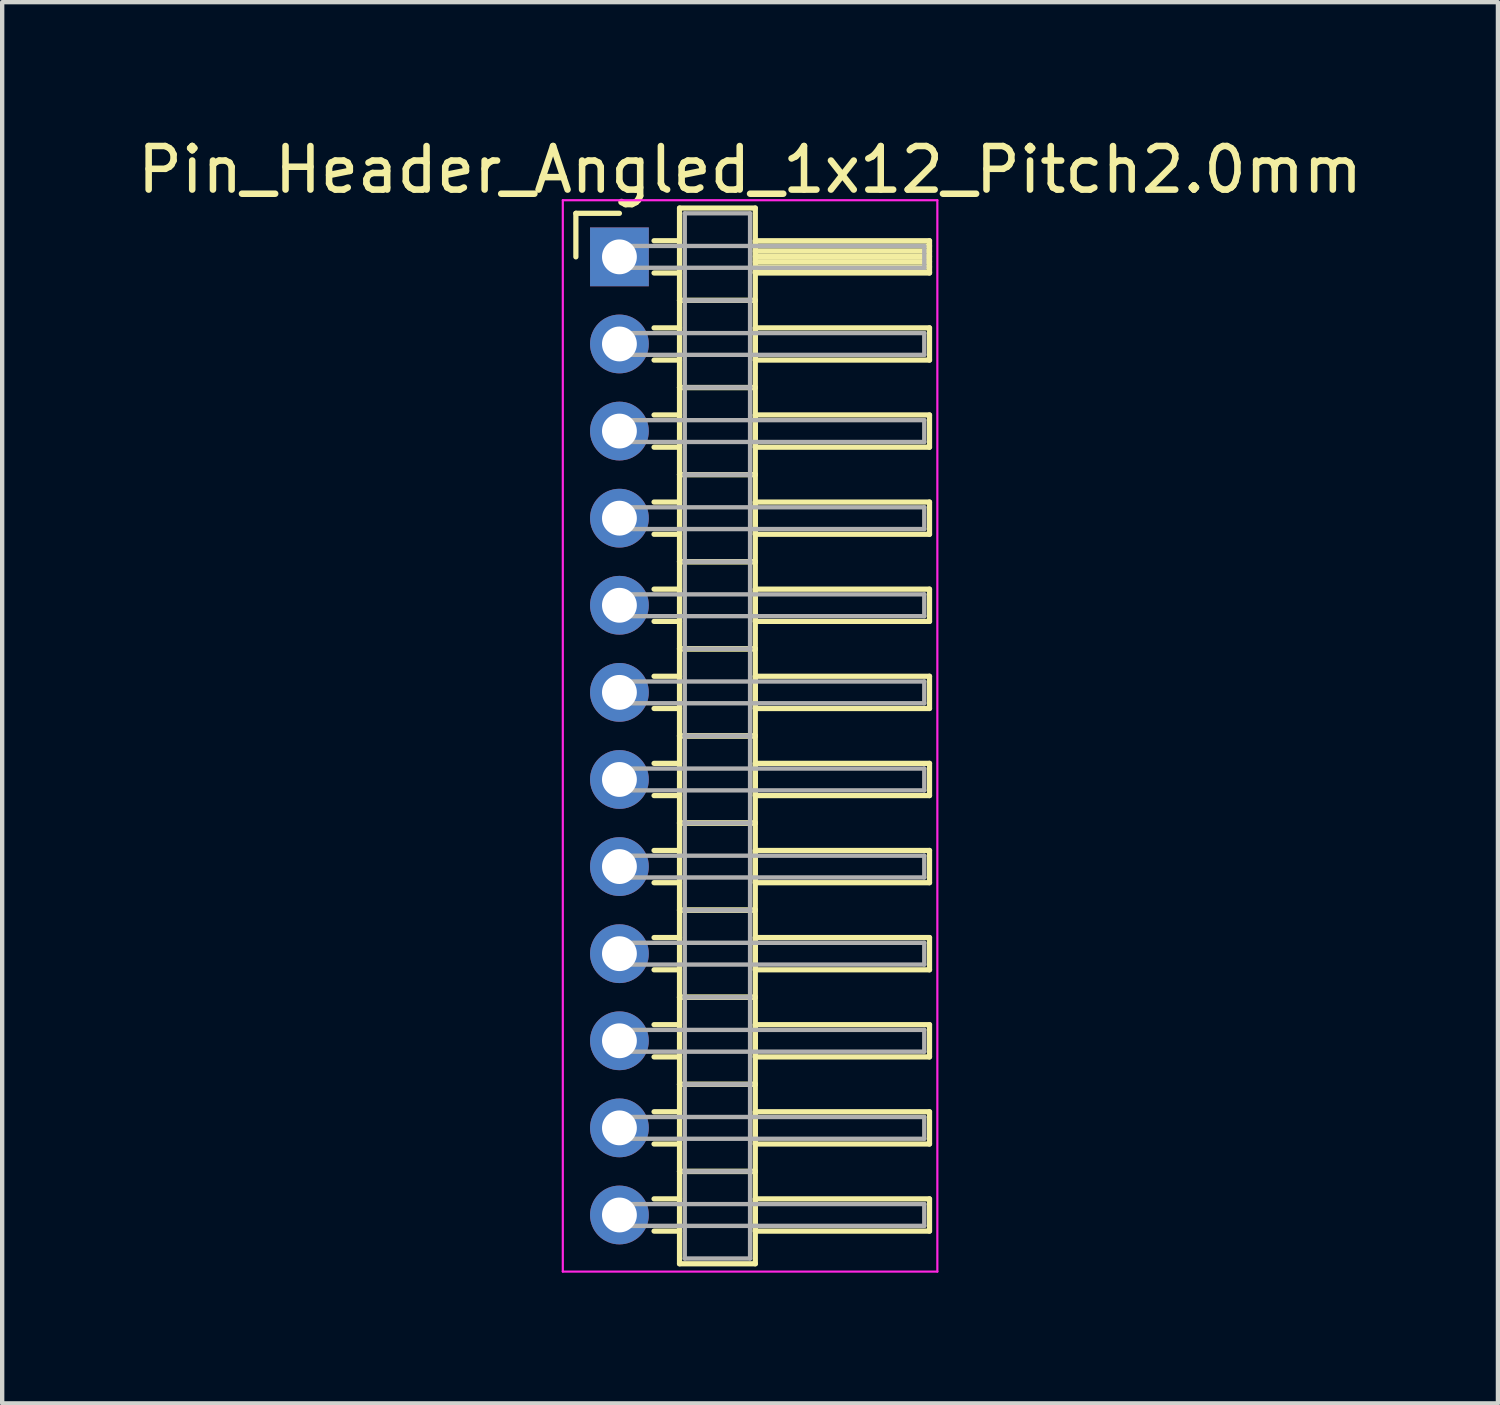
<source format=kicad_pcb>
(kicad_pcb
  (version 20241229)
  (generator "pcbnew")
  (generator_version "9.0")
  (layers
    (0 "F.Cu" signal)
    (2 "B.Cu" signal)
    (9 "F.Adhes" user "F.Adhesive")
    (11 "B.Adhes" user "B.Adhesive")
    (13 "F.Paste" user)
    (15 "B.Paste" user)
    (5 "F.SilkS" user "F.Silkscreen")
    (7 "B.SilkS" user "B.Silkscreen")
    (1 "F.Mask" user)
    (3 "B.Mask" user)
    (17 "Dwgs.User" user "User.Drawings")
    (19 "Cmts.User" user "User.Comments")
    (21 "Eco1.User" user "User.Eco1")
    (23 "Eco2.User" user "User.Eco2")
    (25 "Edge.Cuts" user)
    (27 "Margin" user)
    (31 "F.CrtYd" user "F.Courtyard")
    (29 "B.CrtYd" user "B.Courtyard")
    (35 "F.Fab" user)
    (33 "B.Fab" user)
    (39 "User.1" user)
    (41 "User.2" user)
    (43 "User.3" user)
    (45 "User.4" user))
  (footprint "Pin_Header_Angled_1x12_Pitch2.0mm"
    (layer "F.Cu")
    (at 11.173 2.848)
    (property "Reference" "Pin_Header_Angled_1x12_Pitch2.0mm" (at 3 -2 0) (layer "F.SilkS") (effects (font (size 1 1) (thickness 0.15))))
    (attr through_hole)
    (fp_line (start -1 -1) (end 0 -1) (stroke (width 0.12) (type solid)) (layer "F.SilkS"))
    (fp_line (start -1 0) (end -1 -1) (stroke (width 0.12) (type solid)) (layer "F.SilkS"))
    (fp_line (start 0.795 -0.37) (end 1.38 -0.37) (stroke (width 0.12) (type solid)) (layer "F.SilkS"))
    (fp_line (start 0.795 0.37) (end 1.38 0.37) (stroke (width 0.12) (type solid)) (layer "F.SilkS"))
    (fp_line (start 0.795 1.63) (end 1.38 1.63) (stroke (width 0.12) (type solid)) (layer "F.SilkS"))
    (fp_line (start 0.795 2.37) (end 1.38 2.37) (stroke (width 0.12) (type solid)) (layer "F.SilkS"))
    (fp_line (start 0.795 3.63) (end 1.38 3.63) (stroke (width 0.12) (type solid)) (layer "F.SilkS"))
    (fp_line (start 0.795 4.37) (end 1.38 4.37) (stroke (width 0.12) (type solid)) (layer "F.SilkS"))
    (fp_line (start 0.795 5.63) (end 1.38 5.63) (stroke (width 0.12) (type solid)) (layer "F.SilkS"))
    (fp_line (start 0.795 6.37) (end 1.38 6.37) (stroke (width 0.12) (type solid)) (layer "F.SilkS"))
    (fp_line (start 0.795 7.63) (end 1.38 7.63) (stroke (width 0.12) (type solid)) (layer "F.SilkS"))
    (fp_line (start 0.795 8.37) (end 1.38 8.37) (stroke (width 0.12) (type solid)) (layer "F.SilkS"))
    (fp_line (start 0.795 9.63) (end 1.38 9.63) (stroke (width 0.12) (type solid)) (layer "F.SilkS"))
    (fp_line (start 0.795 10.37) (end 1.38 10.37) (stroke (width 0.12) (type solid)) (layer "F.SilkS"))
    (fp_line (start 0.795 11.63) (end 1.38 11.63) (stroke (width 0.12) (type solid)) (layer "F.SilkS"))
    (fp_line (start 0.795 12.37) (end 1.38 12.37) (stroke (width 0.12) (type solid)) (layer "F.SilkS"))
    (fp_line (start 0.795 13.63) (end 1.38 13.63) (stroke (width 0.12) (type solid)) (layer "F.SilkS"))
    (fp_line (start 0.795 14.37) (end 1.38 14.37) (stroke (width 0.12) (type solid)) (layer "F.SilkS"))
    (fp_line (start 0.795 15.63) (end 1.38 15.63) (stroke (width 0.12) (type solid)) (layer "F.SilkS"))
    (fp_line (start 0.795 16.37) (end 1.38 16.37) (stroke (width 0.12) (type solid)) (layer "F.SilkS"))
    (fp_line (start 0.795 17.63) (end 1.38 17.63) (stroke (width 0.12) (type solid)) (layer "F.SilkS"))
    (fp_line (start 0.795 18.37) (end 1.38 18.37) (stroke (width 0.12) (type solid)) (layer "F.SilkS"))
    (fp_line (start 0.795 19.63) (end 1.38 19.63) (stroke (width 0.12) (type solid)) (layer "F.SilkS"))
    (fp_line (start 0.795 20.37) (end 1.38 20.37) (stroke (width 0.12) (type solid)) (layer "F.SilkS"))
    (fp_line (start 0.795 21.63) (end 1.38 21.63) (stroke (width 0.12) (type solid)) (layer "F.SilkS"))
    (fp_line (start 0.795 22.37) (end 1.38 22.37) (stroke (width 0.12) (type solid)) (layer "F.SilkS"))
    (fp_line (start 1.38 -1.12) (end 1.38 1) (stroke (width 0.12) (type solid)) (layer "F.SilkS"))
    (fp_line (start 1.38 1) (end 1.38 3) (stroke (width 0.12) (type solid)) (layer "F.SilkS"))
    (fp_line (start 1.38 1) (end 3.12 1) (stroke (width 0.12) (type solid)) (layer "F.SilkS"))
    (fp_line (start 1.38 3) (end 1.38 5) (stroke (width 0.12) (type solid)) (layer "F.SilkS"))
    (fp_line (start 1.38 3) (end 3.12 3) (stroke (width 0.12) (type solid)) (layer "F.SilkS"))
    (fp_line (start 1.38 5) (end 1.38 7) (stroke (width 0.12) (type solid)) (layer "F.SilkS"))
    (fp_line (start 1.38 5) (end 3.12 5) (stroke (width 0.12) (type solid)) (layer "F.SilkS"))
    (fp_line (start 1.38 7) (end 1.38 9) (stroke (width 0.12) (type solid)) (layer "F.SilkS"))
    (fp_line (start 1.38 7) (end 3.12 7) (stroke (width 0.12) (type solid)) (layer "F.SilkS"))
    (fp_line (start 1.38 9) (end 1.38 11) (stroke (width 0.12) (type solid)) (layer "F.SilkS"))
    (fp_line (start 1.38 9) (end 3.12 9) (stroke (width 0.12) (type solid)) (layer "F.SilkS"))
    (fp_line (start 1.38 11) (end 1.38 13) (stroke (width 0.12) (type solid)) (layer "F.SilkS"))
    (fp_line (start 1.38 11) (end 3.12 11) (stroke (width 0.12) (type solid)) (layer "F.SilkS"))
    (fp_line (start 1.38 13) (end 1.38 15) (stroke (width 0.12) (type solid)) (layer "F.SilkS"))
    (fp_line (start 1.38 13) (end 3.12 13) (stroke (width 0.12) (type solid)) (layer "F.SilkS"))
    (fp_line (start 1.38 15) (end 1.38 17) (stroke (width 0.12) (type solid)) (layer "F.SilkS"))
    (fp_line (start 1.38 15) (end 3.12 15) (stroke (width 0.12) (type solid)) (layer "F.SilkS"))
    (fp_line (start 1.38 17) (end 1.38 19) (stroke (width 0.12) (type solid)) (layer "F.SilkS"))
    (fp_line (start 1.38 17) (end 3.12 17) (stroke (width 0.12) (type solid)) (layer "F.SilkS"))
    (fp_line (start 1.38 19) (end 1.38 21) (stroke (width 0.12) (type solid)) (layer "F.SilkS"))
    (fp_line (start 1.38 19) (end 3.12 19) (stroke (width 0.12) (type solid)) (layer "F.SilkS"))
    (fp_line (start 1.38 21) (end 1.38 23.12) (stroke (width 0.12) (type solid)) (layer "F.SilkS"))
    (fp_line (start 1.38 21) (end 3.12 21) (stroke (width 0.12) (type solid)) (layer "F.SilkS"))
    (fp_line (start 1.38 23.12) (end 3.12 23.12) (stroke (width 0.12) (type solid)) (layer "F.SilkS"))
    (fp_line (start 3.12 -1.12) (end 1.38 -1.12) (stroke (width 0.12) (type solid)) (layer "F.SilkS"))
    (fp_line (start 3.12 -0.37) (end 3.12 0.37) (stroke (width 0.12) (type solid)) (layer "F.SilkS"))
    (fp_line (start 3.12 -0.25) (end 7.12 -0.25) (stroke (width 0.12) (type solid)) (layer "F.SilkS"))
    (fp_line (start 3.12 -0.13) (end 7.12 -0.13) (stroke (width 0.12) (type solid)) (layer "F.SilkS"))
    (fp_line (start 3.12 -0.01) (end 7.12 -0.01) (stroke (width 0.12) (type solid)) (layer "F.SilkS"))
    (fp_line (start 3.12 0.11) (end 7.12 0.11) (stroke (width 0.12) (type solid)) (layer "F.SilkS"))
    (fp_line (start 3.12 0.23) (end 7.12 0.23) (stroke (width 0.12) (type solid)) (layer "F.SilkS"))
    (fp_line (start 3.12 0.35) (end 7.12 0.35) (stroke (width 0.12) (type solid)) (layer "F.SilkS"))
    (fp_line (start 3.12 0.37) (end 7.12 0.37) (stroke (width 0.12) (type solid)) (layer "F.SilkS"))
    (fp_line (start 3.12 1) (end 1.38 1) (stroke (width 0.12) (type solid)) (layer "F.SilkS"))
    (fp_line (start 3.12 1) (end 3.12 -1.12) (stroke (width 0.12) (type solid)) (layer "F.SilkS"))
    (fp_line (start 3.12 1.63) (end 3.12 2.37) (stroke (width 0.12) (type solid)) (layer "F.SilkS"))
    (fp_line (start 3.12 2.37) (end 7.12 2.37) (stroke (width 0.12) (type solid)) (layer "F.SilkS"))
    (fp_line (start 3.12 3) (end 1.38 3) (stroke (width 0.12) (type solid)) (layer "F.SilkS"))
    (fp_line (start 3.12 3) (end 3.12 1) (stroke (width 0.12) (type solid)) (layer "F.SilkS"))
    (fp_line (start 3.12 3.63) (end 3.12 4.37) (stroke (width 0.12) (type solid)) (layer "F.SilkS"))
    (fp_line (start 3.12 4.37) (end 7.12 4.37) (stroke (width 0.12) (type solid)) (layer "F.SilkS"))
    (fp_line (start 3.12 5) (end 1.38 5) (stroke (width 0.12) (type solid)) (layer "F.SilkS"))
    (fp_line (start 3.12 5) (end 3.12 3) (stroke (width 0.12) (type solid)) (layer "F.SilkS"))
    (fp_line (start 3.12 5.63) (end 3.12 6.37) (stroke (width 0.12) (type solid)) (layer "F.SilkS"))
    (fp_line (start 3.12 6.37) (end 7.12 6.37) (stroke (width 0.12) (type solid)) (layer "F.SilkS"))
    (fp_line (start 3.12 7) (end 1.38 7) (stroke (width 0.12) (type solid)) (layer "F.SilkS"))
    (fp_line (start 3.12 7) (end 3.12 5) (stroke (width 0.12) (type solid)) (layer "F.SilkS"))
    (fp_line (start 3.12 7.63) (end 3.12 8.37) (stroke (width 0.12) (type solid)) (layer "F.SilkS"))
    (fp_line (start 3.12 8.37) (end 7.12 8.37) (stroke (width 0.12) (type solid)) (layer "F.SilkS"))
    (fp_line (start 3.12 9) (end 1.38 9) (stroke (width 0.12) (type solid)) (layer "F.SilkS"))
    (fp_line (start 3.12 9) (end 3.12 7) (stroke (width 0.12) (type solid)) (layer "F.SilkS"))
    (fp_line (start 3.12 9.63) (end 3.12 10.37) (stroke (width 0.12) (type solid)) (layer "F.SilkS"))
    (fp_line (start 3.12 10.37) (end 7.12 10.37) (stroke (width 0.12) (type solid)) (layer "F.SilkS"))
    (fp_line (start 3.12 11) (end 1.38 11) (stroke (width 0.12) (type solid)) (layer "F.SilkS"))
    (fp_line (start 3.12 11) (end 3.12 9) (stroke (width 0.12) (type solid)) (layer "F.SilkS"))
    (fp_line (start 3.12 11.63) (end 3.12 12.37) (stroke (width 0.12) (type solid)) (layer "F.SilkS"))
    (fp_line (start 3.12 12.37) (end 7.12 12.37) (stroke (width 0.12) (type solid)) (layer "F.SilkS"))
    (fp_line (start 3.12 13) (end 1.38 13) (stroke (width 0.12) (type solid)) (layer "F.SilkS"))
    (fp_line (start 3.12 13) (end 3.12 11) (stroke (width 0.12) (type solid)) (layer "F.SilkS"))
    (fp_line (start 3.12 13.63) (end 3.12 14.37) (stroke (width 0.12) (type solid)) (layer "F.SilkS"))
    (fp_line (start 3.12 14.37) (end 7.12 14.37) (stroke (width 0.12) (type solid)) (layer "F.SilkS"))
    (fp_line (start 3.12 15) (end 1.38 15) (stroke (width 0.12) (type solid)) (layer "F.SilkS"))
    (fp_line (start 3.12 15) (end 3.12 13) (stroke (width 0.12) (type solid)) (layer "F.SilkS"))
    (fp_line (start 3.12 15.63) (end 3.12 16.37) (stroke (width 0.12) (type solid)) (layer "F.SilkS"))
    (fp_line (start 3.12 16.37) (end 7.12 16.37) (stroke (width 0.12) (type solid)) (layer "F.SilkS"))
    (fp_line (start 3.12 17) (end 1.38 17) (stroke (width 0.12) (type solid)) (layer "F.SilkS"))
    (fp_line (start 3.12 17) (end 3.12 15) (stroke (width 0.12) (type solid)) (layer "F.SilkS"))
    (fp_line (start 3.12 17.63) (end 3.12 18.37) (stroke (width 0.12) (type solid)) (layer "F.SilkS"))
    (fp_line (start 3.12 18.37) (end 7.12 18.37) (stroke (width 0.12) (type solid)) (layer "F.SilkS"))
    (fp_line (start 3.12 19) (end 1.38 19) (stroke (width 0.12) (type solid)) (layer "F.SilkS"))
    (fp_line (start 3.12 19) (end 3.12 17) (stroke (width 0.12) (type solid)) (layer "F.SilkS"))
    (fp_line (start 3.12 19.63) (end 3.12 20.37) (stroke (width 0.12) (type solid)) (layer "F.SilkS"))
    (fp_line (start 3.12 20.37) (end 7.12 20.37) (stroke (width 0.12) (type solid)) (layer "F.SilkS"))
    (fp_line (start 3.12 21) (end 1.38 21) (stroke (width 0.12) (type solid)) (layer "F.SilkS"))
    (fp_line (start 3.12 21) (end 3.12 19) (stroke (width 0.12) (type solid)) (layer "F.SilkS"))
    (fp_line (start 3.12 21.63) (end 3.12 22.37) (stroke (width 0.12) (type solid)) (layer "F.SilkS"))
    (fp_line (start 3.12 22.37) (end 7.12 22.37) (stroke (width 0.12) (type solid)) (layer "F.SilkS"))
    (fp_line (start 3.12 23.12) (end 3.12 21) (stroke (width 0.12) (type solid)) (layer "F.SilkS"))
    (fp_line (start 7.12 -0.37) (end 3.12 -0.37) (stroke (width 0.12) (type solid)) (layer "F.SilkS"))
    (fp_line (start 7.12 0.37) (end 7.12 -0.37) (stroke (width 0.12) (type solid)) (layer "F.SilkS"))
    (fp_line (start 7.12 1.63) (end 3.12 1.63) (stroke (width 0.12) (type solid)) (layer "F.SilkS"))
    (fp_line (start 7.12 2.37) (end 7.12 1.63) (stroke (width 0.12) (type solid)) (layer "F.SilkS"))
    (fp_line (start 7.12 3.63) (end 3.12 3.63) (stroke (width 0.12) (type solid)) (layer "F.SilkS"))
    (fp_line (start 7.12 4.37) (end 7.12 3.63) (stroke (width 0.12) (type solid)) (layer "F.SilkS"))
    (fp_line (start 7.12 5.63) (end 3.12 5.63) (stroke (width 0.12) (type solid)) (layer "F.SilkS"))
    (fp_line (start 7.12 6.37) (end 7.12 5.63) (stroke (width 0.12) (type solid)) (layer "F.SilkS"))
    (fp_line (start 7.12 7.63) (end 3.12 7.63) (stroke (width 0.12) (type solid)) (layer "F.SilkS"))
    (fp_line (start 7.12 8.37) (end 7.12 7.63) (stroke (width 0.12) (type solid)) (layer "F.SilkS"))
    (fp_line (start 7.12 9.63) (end 3.12 9.63) (stroke (width 0.12) (type solid)) (layer "F.SilkS"))
    (fp_line (start 7.12 10.37) (end 7.12 9.63) (stroke (width 0.12) (type solid)) (layer "F.SilkS"))
    (fp_line (start 7.12 11.63) (end 3.12 11.63) (stroke (width 0.12) (type solid)) (layer "F.SilkS"))
    (fp_line (start 7.12 12.37) (end 7.12 11.63) (stroke (width 0.12) (type solid)) (layer "F.SilkS"))
    (fp_line (start 7.12 13.63) (end 3.12 13.63) (stroke (width 0.12) (type solid)) (layer "F.SilkS"))
    (fp_line (start 7.12 14.37) (end 7.12 13.63) (stroke (width 0.12) (type solid)) (layer "F.SilkS"))
    (fp_line (start 7.12 15.63) (end 3.12 15.63) (stroke (width 0.12) (type solid)) (layer "F.SilkS"))
    (fp_line (start 7.12 16.37) (end 7.12 15.63) (stroke (width 0.12) (type solid)) (layer "F.SilkS"))
    (fp_line (start 7.12 17.63) (end 3.12 17.63) (stroke (width 0.12) (type solid)) (layer "F.SilkS"))
    (fp_line (start 7.12 18.37) (end 7.12 17.63) (stroke (width 0.12) (type solid)) (layer "F.SilkS"))
    (fp_line (start 7.12 19.63) (end 3.12 19.63) (stroke (width 0.12) (type solid)) (layer "F.SilkS"))
    (fp_line (start 7.12 20.37) (end 7.12 19.63) (stroke (width 0.12) (type solid)) (layer "F.SilkS"))
    (fp_line (start 7.12 21.63) (end 3.12 21.63) (stroke (width 0.12) (type solid)) (layer "F.SilkS"))
    (fp_line (start 7.12 22.37) (end 7.12 21.63) (stroke (width 0.12) (type solid)) (layer "F.SilkS"))
    (fp_line (start -1.3 -1.3) (end -1.3 23.3) (stroke (width 0.05) (type solid)) (layer "F.CrtYd"))
    (fp_line (start -1.3 23.3) (end 7.3 23.3) (stroke (width 0.05) (type solid)) (layer "F.CrtYd"))
    (fp_line (start 7.3 -1.3) (end -1.3 -1.3) (stroke (width 0.05) (type solid)) (layer "F.CrtYd"))
    (fp_line (start 7.3 23.3) (end 7.3 -1.3) (stroke (width 0.05) (type solid)) (layer "F.CrtYd"))
    (fp_line (start 0 -0.25) (end 0 0.25) (stroke (width 0.1) (type solid)) (layer "F.Fab"))
    (fp_line (start 0 0.25) (end 7 0.25) (stroke (width 0.1) (type solid)) (layer "F.Fab"))
    (fp_line (start 0 1.75) (end 0 2.25) (stroke (width 0.1) (type solid)) (layer "F.Fab"))
    (fp_line (start 0 2.25) (end 7 2.25) (stroke (width 0.1) (type solid)) (layer "F.Fab"))
    (fp_line (start 0 3.75) (end 0 4.25) (stroke (width 0.1) (type solid)) (layer "F.Fab"))
    (fp_line (start 0 4.25) (end 7 4.25) (stroke (width 0.1) (type solid)) (layer "F.Fab"))
    (fp_line (start 0 5.75) (end 0 6.25) (stroke (width 0.1) (type solid)) (layer "F.Fab"))
    (fp_line (start 0 6.25) (end 7 6.25) (stroke (width 0.1) (type solid)) (layer "F.Fab"))
    (fp_line (start 0 7.75) (end 0 8.25) (stroke (width 0.1) (type solid)) (layer "F.Fab"))
    (fp_line (start 0 8.25) (end 7 8.25) (stroke (width 0.1) (type solid)) (layer "F.Fab"))
    (fp_line (start 0 9.75) (end 0 10.25) (stroke (width 0.1) (type solid)) (layer "F.Fab"))
    (fp_line (start 0 10.25) (end 7 10.25) (stroke (width 0.1) (type solid)) (layer "F.Fab"))
    (fp_line (start 0 11.75) (end 0 12.25) (stroke (width 0.1) (type solid)) (layer "F.Fab"))
    (fp_line (start 0 12.25) (end 7 12.25) (stroke (width 0.1) (type solid)) (layer "F.Fab"))
    (fp_line (start 0 13.75) (end 0 14.25) (stroke (width 0.1) (type solid)) (layer "F.Fab"))
    (fp_line (start 0 14.25) (end 7 14.25) (stroke (width 0.1) (type solid)) (layer "F.Fab"))
    (fp_line (start 0 15.75) (end 0 16.25) (stroke (width 0.1) (type solid)) (layer "F.Fab"))
    (fp_line (start 0 16.25) (end 7 16.25) (stroke (width 0.1) (type solid)) (layer "F.Fab"))
    (fp_line (start 0 17.75) (end 0 18.25) (stroke (width 0.1) (type solid)) (layer "F.Fab"))
    (fp_line (start 0 18.25) (end 7 18.25) (stroke (width 0.1) (type solid)) (layer "F.Fab"))
    (fp_line (start 0 19.75) (end 0 20.25) (stroke (width 0.1) (type solid)) (layer "F.Fab"))
    (fp_line (start 0 20.25) (end 7 20.25) (stroke (width 0.1) (type solid)) (layer "F.Fab"))
    (fp_line (start 0 21.75) (end 0 22.25) (stroke (width 0.1) (type solid)) (layer "F.Fab"))
    (fp_line (start 0 22.25) (end 7 22.25) (stroke (width 0.1) (type solid)) (layer "F.Fab"))
    (fp_line (start 1.5 -1) (end 1.5 1) (stroke (width 0.1) (type solid)) (layer "F.Fab"))
    (fp_line (start 1.5 1) (end 1.5 3) (stroke (width 0.1) (type solid)) (layer "F.Fab"))
    (fp_line (start 1.5 1) (end 3 1) (stroke (width 0.1) (type solid)) (layer "F.Fab"))
    (fp_line (start 1.5 3) (end 1.5 5) (stroke (width 0.1) (type solid)) (layer "F.Fab"))
    (fp_line (start 1.5 3) (end 3 3) (stroke (width 0.1) (type solid)) (layer "F.Fab"))
    (fp_line (start 1.5 5) (end 1.5 7) (stroke (width 0.1) (type solid)) (layer "F.Fab"))
    (fp_line (start 1.5 5) (end 3 5) (stroke (width 0.1) (type solid)) (layer "F.Fab"))
    (fp_line (start 1.5 7) (end 1.5 9) (stroke (width 0.1) (type solid)) (layer "F.Fab"))
    (fp_line (start 1.5 7) (end 3 7) (stroke (width 0.1) (type solid)) (layer "F.Fab"))
    (fp_line (start 1.5 9) (end 1.5 11) (stroke (width 0.1) (type solid)) (layer "F.Fab"))
    (fp_line (start 1.5 9) (end 3 9) (stroke (width 0.1) (type solid)) (layer "F.Fab"))
    (fp_line (start 1.5 11) (end 1.5 13) (stroke (width 0.1) (type solid)) (layer "F.Fab"))
    (fp_line (start 1.5 11) (end 3 11) (stroke (width 0.1) (type solid)) (layer "F.Fab"))
    (fp_line (start 1.5 13) (end 1.5 15) (stroke (width 0.1) (type solid)) (layer "F.Fab"))
    (fp_line (start 1.5 13) (end 3 13) (stroke (width 0.1) (type solid)) (layer "F.Fab"))
    (fp_line (start 1.5 15) (end 1.5 17) (stroke (width 0.1) (type solid)) (layer "F.Fab"))
    (fp_line (start 1.5 15) (end 3 15) (stroke (width 0.1) (type solid)) (layer "F.Fab"))
    (fp_line (start 1.5 17) (end 1.5 19) (stroke (width 0.1) (type solid)) (layer "F.Fab"))
    (fp_line (start 1.5 17) (end 3 17) (stroke (width 0.1) (type solid)) (layer "F.Fab"))
    (fp_line (start 1.5 19) (end 1.5 21) (stroke (width 0.1) (type solid)) (layer "F.Fab"))
    (fp_line (start 1.5 19) (end 3 19) (stroke (width 0.1) (type solid)) (layer "F.Fab"))
    (fp_line (start 1.5 21) (end 1.5 23) (stroke (width 0.1) (type solid)) (layer "F.Fab"))
    (fp_line (start 1.5 21) (end 3 21) (stroke (width 0.1) (type solid)) (layer "F.Fab"))
    (fp_line (start 1.5 23) (end 3 23) (stroke (width 0.1) (type solid)) (layer "F.Fab"))
    (fp_line (start 3 -1) (end 1.5 -1) (stroke (width 0.1) (type solid)) (layer "F.Fab"))
    (fp_line (start 3 1) (end 1.5 1) (stroke (width 0.1) (type solid)) (layer "F.Fab"))
    (fp_line (start 3 1) (end 3 -1) (stroke (width 0.1) (type solid)) (layer "F.Fab"))
    (fp_line (start 3 3) (end 1.5 3) (stroke (width 0.1) (type solid)) (layer "F.Fab"))
    (fp_line (start 3 3) (end 3 1) (stroke (width 0.1) (type solid)) (layer "F.Fab"))
    (fp_line (start 3 5) (end 1.5 5) (stroke (width 0.1) (type solid)) (layer "F.Fab"))
    (fp_line (start 3 5) (end 3 3) (stroke (width 0.1) (type solid)) (layer "F.Fab"))
    (fp_line (start 3 7) (end 1.5 7) (stroke (width 0.1) (type solid)) (layer "F.Fab"))
    (fp_line (start 3 7) (end 3 5) (stroke (width 0.1) (type solid)) (layer "F.Fab"))
    (fp_line (start 3 9) (end 1.5 9) (stroke (width 0.1) (type solid)) (layer "F.Fab"))
    (fp_line (start 3 9) (end 3 7) (stroke (width 0.1) (type solid)) (layer "F.Fab"))
    (fp_line (start 3 11) (end 1.5 11) (stroke (width 0.1) (type solid)) (layer "F.Fab"))
    (fp_line (start 3 11) (end 3 9) (stroke (width 0.1) (type solid)) (layer "F.Fab"))
    (fp_line (start 3 13) (end 1.5 13) (stroke (width 0.1) (type solid)) (layer "F.Fab"))
    (fp_line (start 3 13) (end 3 11) (stroke (width 0.1) (type solid)) (layer "F.Fab"))
    (fp_line (start 3 15) (end 1.5 15) (stroke (width 0.1) (type solid)) (layer "F.Fab"))
    (fp_line (start 3 15) (end 3 13) (stroke (width 0.1) (type solid)) (layer "F.Fab"))
    (fp_line (start 3 17) (end 1.5 17) (stroke (width 0.1) (type solid)) (layer "F.Fab"))
    (fp_line (start 3 17) (end 3 15) (stroke (width 0.1) (type solid)) (layer "F.Fab"))
    (fp_line (start 3 19) (end 1.5 19) (stroke (width 0.1) (type solid)) (layer "F.Fab"))
    (fp_line (start 3 19) (end 3 17) (stroke (width 0.1) (type solid)) (layer "F.Fab"))
    (fp_line (start 3 21) (end 1.5 21) (stroke (width 0.1) (type solid)) (layer "F.Fab"))
    (fp_line (start 3 21) (end 3 19) (stroke (width 0.1) (type solid)) (layer "F.Fab"))
    (fp_line (start 3 23) (end 3 21) (stroke (width 0.1) (type solid)) (layer "F.Fab"))
    (fp_line (start 7 -0.25) (end 0 -0.25) (stroke (width 0.1) (type solid)) (layer "F.Fab"))
    (fp_line (start 7 0.25) (end 7 -0.25) (stroke (width 0.1) (type solid)) (layer "F.Fab"))
    (fp_line (start 7 1.75) (end 0 1.75) (stroke (width 0.1) (type solid)) (layer "F.Fab"))
    (fp_line (start 7 2.25) (end 7 1.75) (stroke (width 0.1) (type solid)) (layer "F.Fab"))
    (fp_line (start 7 3.75) (end 0 3.75) (stroke (width 0.1) (type solid)) (layer "F.Fab"))
    (fp_line (start 7 4.25) (end 7 3.75) (stroke (width 0.1) (type solid)) (layer "F.Fab"))
    (fp_line (start 7 5.75) (end 0 5.75) (stroke (width 0.1) (type solid)) (layer "F.Fab"))
    (fp_line (start 7 6.25) (end 7 5.75) (stroke (width 0.1) (type solid)) (layer "F.Fab"))
    (fp_line (start 7 7.75) (end 0 7.75) (stroke (width 0.1) (type solid)) (layer "F.Fab"))
    (fp_line (start 7 8.25) (end 7 7.75) (stroke (width 0.1) (type solid)) (layer "F.Fab"))
    (fp_line (start 7 9.75) (end 0 9.75) (stroke (width 0.1) (type solid)) (layer "F.Fab"))
    (fp_line (start 7 10.25) (end 7 9.75) (stroke (width 0.1) (type solid)) (layer "F.Fab"))
    (fp_line (start 7 11.75) (end 0 11.75) (stroke (width 0.1) (type solid)) (layer "F.Fab"))
    (fp_line (start 7 12.25) (end 7 11.75) (stroke (width 0.1) (type solid)) (layer "F.Fab"))
    (fp_line (start 7 13.75) (end 0 13.75) (stroke (width 0.1) (type solid)) (layer "F.Fab"))
    (fp_line (start 7 14.25) (end 7 13.75) (stroke (width 0.1) (type solid)) (layer "F.Fab"))
    (fp_line (start 7 15.75) (end 0 15.75) (stroke (width 0.1) (type solid)) (layer "F.Fab"))
    (fp_line (start 7 16.25) (end 7 15.75) (stroke (width 0.1) (type solid)) (layer "F.Fab"))
    (fp_line (start 7 17.75) (end 0 17.75) (stroke (width 0.1) (type solid)) (layer "F.Fab"))
    (fp_line (start 7 18.25) (end 7 17.75) (stroke (width 0.1) (type solid)) (layer "F.Fab"))
    (fp_line (start 7 19.75) (end 0 19.75) (stroke (width 0.1) (type solid)) (layer "F.Fab"))
    (fp_line (start 7 20.25) (end 7 19.75) (stroke (width 0.1) (type solid)) (layer "F.Fab"))
    (fp_line (start 7 21.75) (end 0 21.75) (stroke (width 0.1) (type solid)) (layer "F.Fab"))
    (fp_line (start 7 22.25) (end 7 21.75) (stroke (width 0.1) (type solid)) (layer "F.Fab"))
    (pad "1" thru_hole rect (at 0 0) (size 1.35 1.35) (drill 0.8) (layers "*.Cu" "*.Mask"))
    (pad "2" thru_hole oval (at 0 2) (size 1.35 1.35) (drill 0.8) (layers "*.Cu" "*.Mask"))
    (pad "3" thru_hole oval (at 0 4) (size 1.35 1.35) (drill 0.8) (layers "*.Cu" "*.Mask"))
    (pad "4" thru_hole oval (at 0 6) (size 1.35 1.35) (drill 0.8) (layers "*.Cu" "*.Mask"))
    (pad "5" thru_hole oval (at 0 8) (size 1.35 1.35) (drill 0.8) (layers "*.Cu" "*.Mask"))
    (pad "6" thru_hole oval (at 0 10) (size 1.35 1.35) (drill 0.8) (layers "*.Cu" "*.Mask"))
    (pad "7" thru_hole oval (at 0 12) (size 1.35 1.35) (drill 0.8) (layers "*.Cu" "*.Mask"))
    (pad "8" thru_hole oval (at 0 14) (size 1.35 1.35) (drill 0.8) (layers "*.Cu" "*.Mask"))
    (pad "9" thru_hole oval (at 0 16) (size 1.35 1.35) (drill 0.8) (layers "*.Cu" "*.Mask"))
    (pad "10" thru_hole oval (at 0 18) (size 1.35 1.35) (drill 0.8) (layers "*.Cu" "*.Mask"))
    (pad "11" thru_hole oval (at 0 20) (size 1.35 1.35) (drill 0.8) (layers "*.Cu" "*.Mask"))
    (pad "12" thru_hole oval (at 0 22) (size 1.35 1.35) (drill 0.8) (layers "*.Cu" "*.Mask")))
  (gr_rect
    (start -3 -3)
    (end 31.345 29.173)
    (stroke (width 0.1) (type default))
    (fill no)
    (layer "Edge.Cuts")))
</source>
